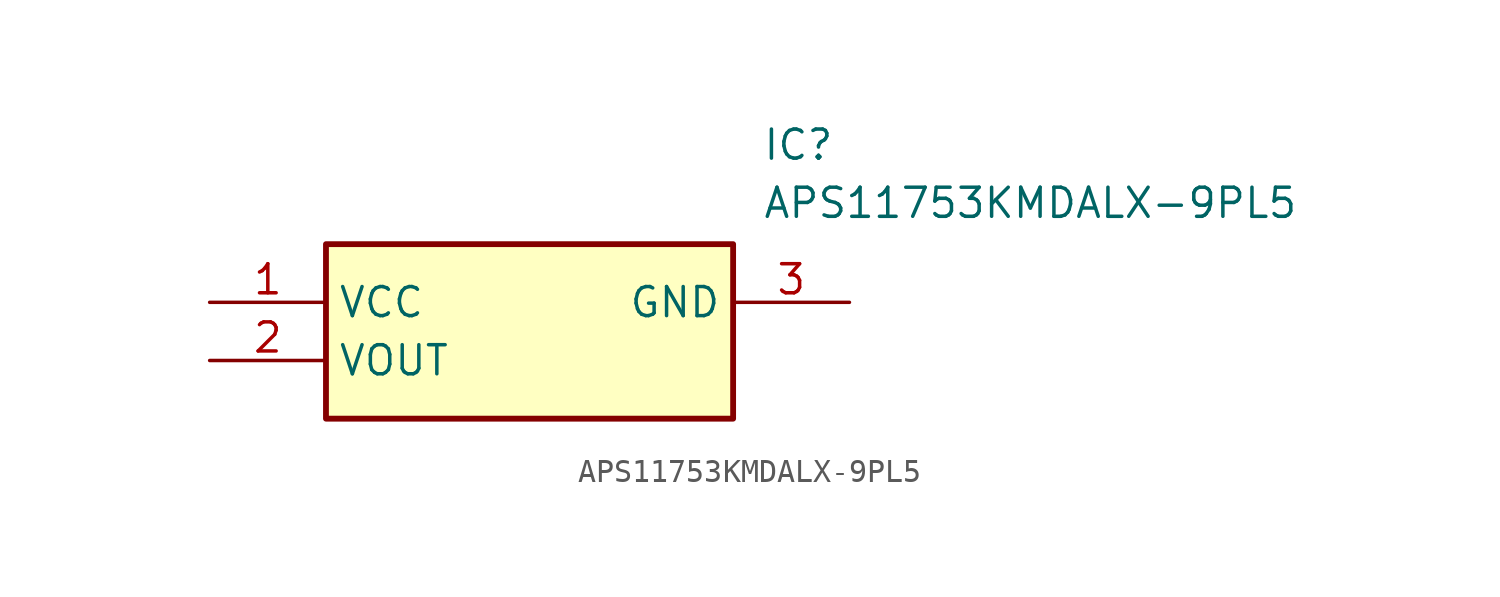
<source format=kicad_sym>
(kicad_symbol_lib
  (version 20211014)
  (generator SamacSys_ECAD_Model)
  (symbol "APS11753KMDALX-9PL5"
    (property "Reference" "IC"
      (at 24.13 7.62 0)
      (effects (font (size 1.27 1.27)) (justify left top)))
    (property "Value" "APS11753KMDALX-9PL5"
      (at 24.13 5.08 0)
      (effects (font (size 1.27 1.27)) (justify left top)))
    (rectangle
      (start 5.08 2.54)
      (end 22.86 -5.08)
      (stroke (width 0.254) (type default))
      (fill (type background)))
    (pin passive line
      (at 0 0 0)
      (length 5.08)
      (name "VCC" (effects (font (size 1.27 1.27))))
      (number "1" (effects (font (size 1.27 1.27)))))
    (pin passive line
      (at 0 -2.54 0)
      (length 5.08)
      (name "VOUT" (effects (font (size 1.27 1.27))))
      (number "2" (effects (font (size 1.27 1.27)))))
    (pin passive line
      (at 27.94 0 180)
      (length 5.08)
      (name "GND" (effects (font (size 1.27 1.27))))
      (number "3" (effects (font (size 1.27 1.27)))))))
</source>
